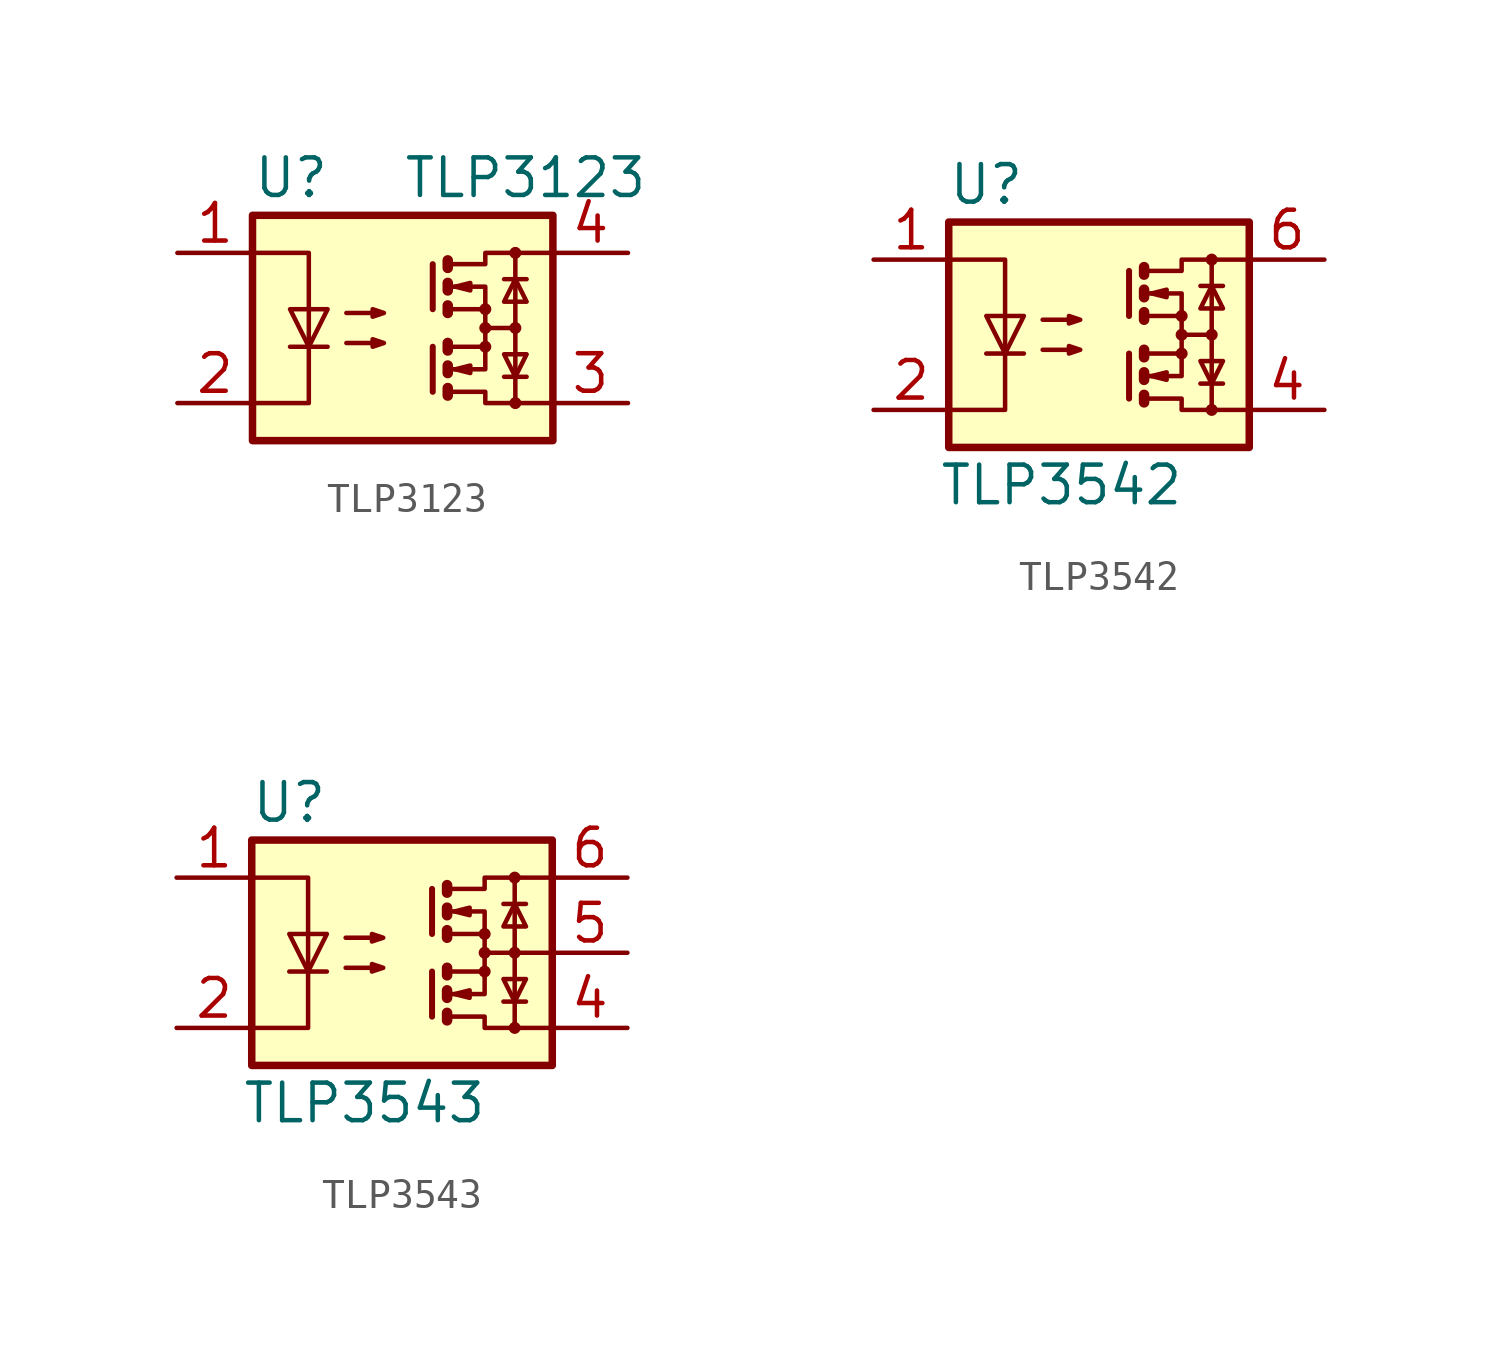
<source format=kicad_sym>
(kicad_symbol_lib
  (version 20211014)
  (generator kicad_symbol_editor)
  (symbol "TLP3123"
    (property "Reference" "U"
      (at -5.08 5.08 0)
      (effects (font (size 1.27 1.27)) (justify left)))
    (property "Value" "TLP3123"
      (at 0 5.08 0)
      (effects (font (size 1.27 1.27)) (justify left)))
    (symbol "TLP3123_0_1"
      (rectangle (start -5.08 3.81) (end 5.08 -3.81) (stroke (width 0.254) (type default) (color 0 0 0 0)) (fill (type background)))
      (polyline (pts (xy -3.81 -0.635) (xy -2.54 -0.635)) (stroke (width 0) (type default) (color 0 0 0 0)) (fill (type none)))
      (polyline (pts (xy 1.016 -0.635) (xy 1.016 -2.159)) (stroke (width 0.203) (type default) (color 0 0 0 0)) (fill (type none)))
      (polyline (pts (xy 1.016 2.159) (xy 1.016 0.635)) (stroke (width 0.203) (type default) (color 0 0 0 0)) (fill (type none)))
      (polyline (pts (xy 1.524 -0.508) (xy 1.524 -0.762)) (stroke (width 0.356) (type default) (color 0 0 0 0)) (fill (type none)))
      (polyline (pts (xy 2.794 0) (xy 3.81 0)) (stroke (width 0) (type default) (color 0 0 0 0)) (fill (type none)))
      (polyline (pts (xy 3.429 -1.651) (xy 4.191 -1.651)) (stroke (width 0) (type default) (color 0 0 0 0)) (fill (type none)))
      (polyline (pts (xy 3.429 1.651) (xy 4.191 1.651)) (stroke (width 0) (type default) (color 0 0 0 0)) (fill (type none)))
      (polyline (pts (xy 3.81 -2.54) (xy 3.81 2.54)) (stroke (width 0) (type default) (color 0 0 0 0)) (fill (type none)))
      (polyline (pts (xy 1.524 -2.032) (xy 1.524 -2.286) (xy 1.524 -2.286)) (stroke (width 0.356) (type default) (color 0 0 0 0)) (fill (type none)))
      (polyline (pts (xy 1.524 -1.27) (xy 1.524 -1.524) (xy 1.524 -1.524)) (stroke (width 0.356) (type default) (color 0 0 0 0)) (fill (type none)))
      (polyline (pts (xy 1.524 0.762) (xy 1.524 0.508) (xy 1.524 0.508)) (stroke (width 0.356) (type default) (color 0 0 0 0)) (fill (type none)))
      (polyline (pts (xy 1.524 1.524) (xy 1.524 1.27) (xy 1.524 1.27)) (stroke (width 0.356) (type default) (color 0 0 0 0)) (fill (type none)))
      (polyline (pts (xy 1.524 2.286) (xy 1.524 2.032) (xy 1.524 2.032)) (stroke (width 0.356) (type default) (color 0 0 0 0)) (fill (type none)))
      (polyline (pts (xy 1.651 -1.397) (xy 2.794 -1.397) (xy 2.794 -0.635)) (stroke (width 0) (type default) (color 0 0 0 0)) (fill (type none)))
      (polyline (pts (xy 1.651 1.397) (xy 2.794 1.397) (xy 2.794 0.635)) (stroke (width 0) (type default) (color 0 0 0 0)) (fill (type none)))
      (polyline (pts (xy -5.08 2.54) (xy -3.175 2.54) (xy -3.175 -2.54) (xy -5.08 -2.54)) (stroke (width 0) (type default) (color 0 0 0 0)) (fill (type none)))
      (polyline (pts (xy -3.175 -0.635) (xy -3.81 0.635) (xy -2.54 0.635) (xy -3.175 -0.635)) (stroke (width 0) (type default) (color 0 0 0 0)) (fill (type none)))
      (polyline (pts (xy 1.651 -2.159) (xy 2.794 -2.159) (xy 2.794 -2.54) (xy 5.08 -2.54)) (stroke (width 0) (type default) (color 0 0 0 0)) (fill (type none)))
      (polyline (pts (xy 1.651 -0.635) (xy 2.794 -0.635) (xy 2.794 0.635) (xy 1.651 0.635)) (stroke (width 0) (type default) (color 0 0 0 0)) (fill (type none)))
      (polyline (pts (xy 1.651 2.159) (xy 2.794 2.159) (xy 2.794 2.54) (xy 5.08 2.54)) (stroke (width 0) (type default) (color 0 0 0 0)) (fill (type none)))
      (polyline (pts (xy 1.778 -1.397) (xy 2.286 -1.27) (xy 2.286 -1.524) (xy 1.778 -1.397)) (stroke (width 0) (type default) (color 0 0 0 0)) (fill (type none)))
      (polyline (pts (xy 1.778 1.397) (xy 2.286 1.524) (xy 2.286 1.27) (xy 1.778 1.397)) (stroke (width 0) (type default) (color 0 0 0 0)) (fill (type none)))
      (polyline (pts (xy 3.81 -1.651) (xy 3.429 -0.889) (xy 4.191 -0.889) (xy 3.81 -1.651)) (stroke (width 0) (type default) (color 0 0 0 0)) (fill (type none)))
      (polyline (pts (xy 3.81 1.651) (xy 3.429 0.889) (xy 4.191 0.889) (xy 3.81 1.651)) (stroke (width 0) (type default) (color 0 0 0 0)) (fill (type none)))
      (polyline (pts (xy -1.905 -0.508) (xy -0.635 -0.508) (xy -1.016 -0.635) (xy -1.016 -0.381) (xy -0.635 -0.508)) (stroke (width 0) (type default) (color 0 0 0 0)) (fill (type none)))
      (polyline (pts (xy -1.905 0.508) (xy -0.635 0.508) (xy -1.016 0.381) (xy -1.016 0.635) (xy -0.635 0.508)) (stroke (width 0) (type default) (color 0 0 0 0)) (fill (type none)))
      (circle (center 2.794 -0.635) (radius 0.127) (stroke (width 0) (type default) (color 0 0 0 0)) (fill (type none)))
      (circle (center 2.794 0) (radius 0.127) (stroke (width 0) (type default) (color 0 0 0 0)) (fill (type none)))
      (circle (center 2.794 0.635) (radius 0.127) (stroke (width 0) (type default) (color 0 0 0 0)) (fill (type none)))
      (circle (center 3.81 -2.54) (radius 0.127) (stroke (width 0) (type default) (color 0 0 0 0)) (fill (type none)))
      (circle (center 3.81 0) (radius 0.127) (stroke (width 0) (type default) (color 0 0 0 0)) (fill (type none)))
      (circle (center 3.81 2.54) (radius 0.127) (stroke (width 0) (type default) (color 0 0 0 0)) (fill (type none))))
    (symbol "TLP3123_1_1"
      (pin passive line (at -7.62 2.54 0) (length 2.54) (name "~" (effects (font (size 1.27 1.27)))) (number "1" (effects (font (size 1.27 1.27)))))
      (pin passive line (at -7.62 -2.54 0) (length 2.54) (name "~" (effects (font (size 1.27 1.27)))) (number "2" (effects (font (size 1.27 1.27)))))
      (pin passive line (at 7.62 -2.54 180) (length 2.54) (name "~" (effects (font (size 1.27 1.27)))) (number "3" (effects (font (size 1.27 1.27)))))
      (pin passive line (at 7.62 2.54 180) (length 2.54) (name "~" (effects (font (size 1.27 1.27)))) (number "4" (effects (font (size 1.27 1.27)))))))
  (symbol "TLP3542"
    (property "Reference" "U"
      (at -3.81 5.08 0)
      (effects (font (size 1.27 1.27))))
    (property "Value" "TLP3542"
      (at -1.27 -5.08 0)
      (effects (font (size 1.27 1.27))))
    (symbol "TLP3542_0_1"
      (rectangle (start -5.08 3.81) (end 5.08 -3.81) (stroke (width 0.254) (type default) (color 0 0 0 0)) (fill (type background)))
      (polyline (pts (xy -3.81 -0.635) (xy -2.54 -0.635)) (stroke (width 0) (type default) (color 0 0 0 0)) (fill (type none)))
      (polyline (pts (xy 1.016 -0.635) (xy 1.016 -2.159)) (stroke (width 0.203) (type default) (color 0 0 0 0)) (fill (type none)))
      (polyline (pts (xy 1.016 2.159) (xy 1.016 0.635)) (stroke (width 0.203) (type default) (color 0 0 0 0)) (fill (type none)))
      (polyline (pts (xy 1.524 -0.508) (xy 1.524 -0.762)) (stroke (width 0.356) (type default) (color 0 0 0 0)) (fill (type none)))
      (polyline (pts (xy 2.794 0) (xy 3.81 0)) (stroke (width 0) (type default) (color 0 0 0 0)) (fill (type none)))
      (polyline (pts (xy 3.429 -1.651) (xy 4.191 -1.651)) (stroke (width 0) (type default) (color 0 0 0 0)) (fill (type none)))
      (polyline (pts (xy 3.429 1.651) (xy 4.191 1.651)) (stroke (width 0) (type default) (color 0 0 0 0)) (fill (type none)))
      (polyline (pts (xy 3.81 -2.54) (xy 3.81 2.54)) (stroke (width 0) (type default) (color 0 0 0 0)) (fill (type none)))
      (polyline (pts (xy 1.524 -2.032) (xy 1.524 -2.286) (xy 1.524 -2.286)) (stroke (width 0.356) (type default) (color 0 0 0 0)) (fill (type none)))
      (polyline (pts (xy 1.524 -1.27) (xy 1.524 -1.524) (xy 1.524 -1.524)) (stroke (width 0.356) (type default) (color 0 0 0 0)) (fill (type none)))
      (polyline (pts (xy 1.524 0.762) (xy 1.524 0.508) (xy 1.524 0.508)) (stroke (width 0.356) (type default) (color 0 0 0 0)) (fill (type none)))
      (polyline (pts (xy 1.524 1.524) (xy 1.524 1.27) (xy 1.524 1.27)) (stroke (width 0.356) (type default) (color 0 0 0 0)) (fill (type none)))
      (polyline (pts (xy 1.524 2.286) (xy 1.524 2.032) (xy 1.524 2.032)) (stroke (width 0.356) (type default) (color 0 0 0 0)) (fill (type none)))
      (polyline (pts (xy 1.651 -1.397) (xy 2.794 -1.397) (xy 2.794 -0.635)) (stroke (width 0) (type default) (color 0 0 0 0)) (fill (type none)))
      (polyline (pts (xy 1.651 1.397) (xy 2.794 1.397) (xy 2.794 0.635)) (stroke (width 0) (type default) (color 0 0 0 0)) (fill (type none)))
      (polyline (pts (xy -5.08 2.54) (xy -3.175 2.54) (xy -3.175 -2.54) (xy -5.08 -2.54)) (stroke (width 0) (type default) (color 0 0 0 0)) (fill (type none)))
      (polyline (pts (xy -3.175 -0.635) (xy -3.81 0.635) (xy -2.54 0.635) (xy -3.175 -0.635)) (stroke (width 0) (type default) (color 0 0 0 0)) (fill (type none)))
      (polyline (pts (xy 1.651 -2.159) (xy 2.794 -2.159) (xy 2.794 -2.54) (xy 5.08 -2.54)) (stroke (width 0) (type default) (color 0 0 0 0)) (fill (type none)))
      (polyline (pts (xy 1.651 -0.635) (xy 2.794 -0.635) (xy 2.794 0.635) (xy 1.651 0.635)) (stroke (width 0) (type default) (color 0 0 0 0)) (fill (type none)))
      (polyline (pts (xy 1.651 2.159) (xy 2.794 2.159) (xy 2.794 2.54) (xy 5.08 2.54)) (stroke (width 0) (type default) (color 0 0 0 0)) (fill (type none)))
      (polyline (pts (xy 1.778 -1.397) (xy 2.286 -1.27) (xy 2.286 -1.524) (xy 1.778 -1.397)) (stroke (width 0) (type default) (color 0 0 0 0)) (fill (type none)))
      (polyline (pts (xy 1.778 1.397) (xy 2.286 1.524) (xy 2.286 1.27) (xy 1.778 1.397)) (stroke (width 0) (type default) (color 0 0 0 0)) (fill (type none)))
      (polyline (pts (xy 3.81 -1.651) (xy 3.429 -0.889) (xy 4.191 -0.889) (xy 3.81 -1.651)) (stroke (width 0) (type default) (color 0 0 0 0)) (fill (type none)))
      (polyline (pts (xy 3.81 1.651) (xy 3.429 0.889) (xy 4.191 0.889) (xy 3.81 1.651)) (stroke (width 0) (type default) (color 0 0 0 0)) (fill (type none)))
      (polyline (pts (xy -1.905 -0.508) (xy -0.635 -0.508) (xy -1.016 -0.635) (xy -1.016 -0.381) (xy -0.635 -0.508)) (stroke (width 0) (type default) (color 0 0 0 0)) (fill (type none)))
      (polyline (pts (xy -1.905 0.508) (xy -0.635 0.508) (xy -1.016 0.381) (xy -1.016 0.635) (xy -0.635 0.508)) (stroke (width 0) (type default) (color 0 0 0 0)) (fill (type none)))
      (circle (center 2.794 -0.635) (radius 0.127) (stroke (width 0) (type default) (color 0 0 0 0)) (fill (type none)))
      (circle (center 2.794 0) (radius 0.127) (stroke (width 0) (type default) (color 0 0 0 0)) (fill (type none)))
      (circle (center 2.794 0.635) (radius 0.127) (stroke (width 0) (type default) (color 0 0 0 0)) (fill (type none)))
      (circle (center 3.81 -2.54) (radius 0.127) (stroke (width 0) (type default) (color 0 0 0 0)) (fill (type none)))
      (circle (center 3.81 0) (radius 0.127) (stroke (width 0) (type default) (color 0 0 0 0)) (fill (type none)))
      (circle (center 3.81 2.54) (radius 0.127) (stroke (width 0) (type default) (color 0 0 0 0)) (fill (type none))))
    (symbol "TLP3542_1_1"
      (pin passive line (at -7.62 2.54 0) (length 2.54) (name "~" (effects (font (size 1.27 1.27)))) (number "1" (effects (font (size 1.27 1.27)))))
      (pin passive line (at -7.62 -2.54 0) (length 2.54) (name "~" (effects (font (size 1.27 1.27)))) (number "2" (effects (font (size 1.27 1.27)))))
      (pin no_connect line (at -5.08 0 0) (length 2.54) hide (name "~" (effects (font (size 1.27 1.27)))) (number "3" (effects (font (size 1.27 1.27)))))
      (pin passive line (at 7.62 -2.54 180) (length 2.54) (name "~" (effects (font (size 1.27 1.27)))) (number "4" (effects (font (size 1.27 1.27)))))
      (pin passive line (at 7.62 2.54 180) (length 2.54) (name "~" (effects (font (size 1.27 1.27)))) (number "6" (effects (font (size 1.27 1.27)))))))
  (symbol "TLP3543"
    (property "Reference" "U"
      (at -3.81 5.08 0)
      (effects (font (size 1.27 1.27))))
    (property "Value" "TLP3543"
      (at -1.27 -5.08 0)
      (effects (font (size 1.27 1.27))))
    (symbol "TLP3543_0_1"
      (rectangle (start -5.08 3.81) (end 5.08 -3.81) (stroke (width 0.254) (type default) (color 0 0 0 0)) (fill (type background)))
      (polyline (pts (xy -3.81 -0.635) (xy -2.54 -0.635)) (stroke (width 0) (type default) (color 0 0 0 0)) (fill (type none)))
      (polyline (pts (xy 1.016 -0.635) (xy 1.016 -2.159)) (stroke (width 0.203) (type default) (color 0 0 0 0)) (fill (type none)))
      (polyline (pts (xy 1.016 2.159) (xy 1.016 0.635)) (stroke (width 0.203) (type default) (color 0 0 0 0)) (fill (type none)))
      (polyline (pts (xy 1.524 -0.508) (xy 1.524 -0.762)) (stroke (width 0.356) (type default) (color 0 0 0 0)) (fill (type none)))
      (polyline (pts (xy 2.794 0) (xy 5.08 0)) (stroke (width 0) (type default) (color 0 0 0 0)) (fill (type none)))
      (polyline (pts (xy 3.429 -1.651) (xy 4.191 -1.651)) (stroke (width 0) (type default) (color 0 0 0 0)) (fill (type none)))
      (polyline (pts (xy 3.429 1.651) (xy 4.191 1.651)) (stroke (width 0) (type default) (color 0 0 0 0)) (fill (type none)))
      (polyline (pts (xy 3.81 -2.54) (xy 3.81 2.54)) (stroke (width 0) (type default) (color 0 0 0 0)) (fill (type none)))
      (polyline (pts (xy 1.524 -2.032) (xy 1.524 -2.286) (xy 1.524 -2.286)) (stroke (width 0.356) (type default) (color 0 0 0 0)) (fill (type none)))
      (polyline (pts (xy 1.524 -1.27) (xy 1.524 -1.524) (xy 1.524 -1.524)) (stroke (width 0.356) (type default) (color 0 0 0 0)) (fill (type none)))
      (polyline (pts (xy 1.524 0.762) (xy 1.524 0.508) (xy 1.524 0.508)) (stroke (width 0.356) (type default) (color 0 0 0 0)) (fill (type none)))
      (polyline (pts (xy 1.524 1.524) (xy 1.524 1.27) (xy 1.524 1.27)) (stroke (width 0.356) (type default) (color 0 0 0 0)) (fill (type none)))
      (polyline (pts (xy 1.524 2.286) (xy 1.524 2.032) (xy 1.524 2.032)) (stroke (width 0.356) (type default) (color 0 0 0 0)) (fill (type none)))
      (polyline (pts (xy 1.651 -1.397) (xy 2.794 -1.397) (xy 2.794 -0.635)) (stroke (width 0) (type default) (color 0 0 0 0)) (fill (type none)))
      (polyline (pts (xy 1.651 1.397) (xy 2.794 1.397) (xy 2.794 0.635)) (stroke (width 0) (type default) (color 0 0 0 0)) (fill (type none)))
      (polyline (pts (xy -5.08 2.54) (xy -3.175 2.54) (xy -3.175 -2.54) (xy -5.08 -2.54)) (stroke (width 0) (type default) (color 0 0 0 0)) (fill (type none)))
      (polyline (pts (xy -3.175 -0.635) (xy -3.81 0.635) (xy -2.54 0.635) (xy -3.175 -0.635)) (stroke (width 0) (type default) (color 0 0 0 0)) (fill (type none)))
      (polyline (pts (xy 1.651 -2.159) (xy 2.794 -2.159) (xy 2.794 -2.54) (xy 5.08 -2.54)) (stroke (width 0) (type default) (color 0 0 0 0)) (fill (type none)))
      (polyline (pts (xy 1.651 -0.635) (xy 2.794 -0.635) (xy 2.794 0.635) (xy 1.651 0.635)) (stroke (width 0) (type default) (color 0 0 0 0)) (fill (type none)))
      (polyline (pts (xy 1.651 2.159) (xy 2.794 2.159) (xy 2.794 2.54) (xy 5.08 2.54)) (stroke (width 0) (type default) (color 0 0 0 0)) (fill (type none)))
      (polyline (pts (xy 1.778 -1.397) (xy 2.286 -1.27) (xy 2.286 -1.524) (xy 1.778 -1.397)) (stroke (width 0) (type default) (color 0 0 0 0)) (fill (type none)))
      (polyline (pts (xy 1.778 1.397) (xy 2.286 1.524) (xy 2.286 1.27) (xy 1.778 1.397)) (stroke (width 0) (type default) (color 0 0 0 0)) (fill (type none)))
      (polyline (pts (xy 3.81 -1.651) (xy 3.429 -0.889) (xy 4.191 -0.889) (xy 3.81 -1.651)) (stroke (width 0) (type default) (color 0 0 0 0)) (fill (type none)))
      (polyline (pts (xy 3.81 1.651) (xy 3.429 0.889) (xy 4.191 0.889) (xy 3.81 1.651)) (stroke (width 0) (type default) (color 0 0 0 0)) (fill (type none)))
      (polyline (pts (xy -1.905 -0.508) (xy -0.635 -0.508) (xy -1.016 -0.635) (xy -1.016 -0.381) (xy -0.635 -0.508)) (stroke (width 0) (type default) (color 0 0 0 0)) (fill (type none)))
      (polyline (pts (xy -1.905 0.508) (xy -0.635 0.508) (xy -1.016 0.381) (xy -1.016 0.635) (xy -0.635 0.508)) (stroke (width 0) (type default) (color 0 0 0 0)) (fill (type none)))
      (circle (center 2.794 -0.635) (radius 0.127) (stroke (width 0) (type default) (color 0 0 0 0)) (fill (type none)))
      (circle (center 2.794 0) (radius 0.127) (stroke (width 0) (type default) (color 0 0 0 0)) (fill (type none)))
      (circle (center 2.794 0.635) (radius 0.127) (stroke (width 0) (type default) (color 0 0 0 0)) (fill (type none)))
      (circle (center 3.81 -2.54) (radius 0.127) (stroke (width 0) (type default) (color 0 0 0 0)) (fill (type none)))
      (circle (center 3.81 0) (radius 0.127) (stroke (width 0) (type default) (color 0 0 0 0)) (fill (type none)))
      (circle (center 3.81 2.54) (radius 0.127) (stroke (width 0) (type default) (color 0 0 0 0)) (fill (type none))))
    (symbol "TLP3543_1_1"
      (pin passive line (at -7.62 2.54 0) (length 2.54) (name "~" (effects (font (size 1.27 1.27)))) (number "1" (effects (font (size 1.27 1.27)))))
      (pin passive line (at -7.62 -2.54 0) (length 2.54) (name "~" (effects (font (size 1.27 1.27)))) (number "2" (effects (font (size 1.27 1.27)))))
      (pin no_connect line (at -5.08 0 0) (length 2.54) hide (name "~" (effects (font (size 1.27 1.27)))) (number "3" (effects (font (size 1.27 1.27)))))
      (pin passive line (at 7.62 -2.54 180) (length 2.54) (name "~" (effects (font (size 1.27 1.27)))) (number "4" (effects (font (size 1.27 1.27)))))
      (pin passive line (at 7.62 0 180) (length 2.54) (name "~" (effects (font (size 1.27 1.27)))) (number "5" (effects (font (size 1.27 1.27)))))
      (pin passive line (at 7.62 2.54 180) (length 2.54) (name "~" (effects (font (size 1.27 1.27)))) (number "6" (effects (font (size 1.27 1.27))))))))
</source>
